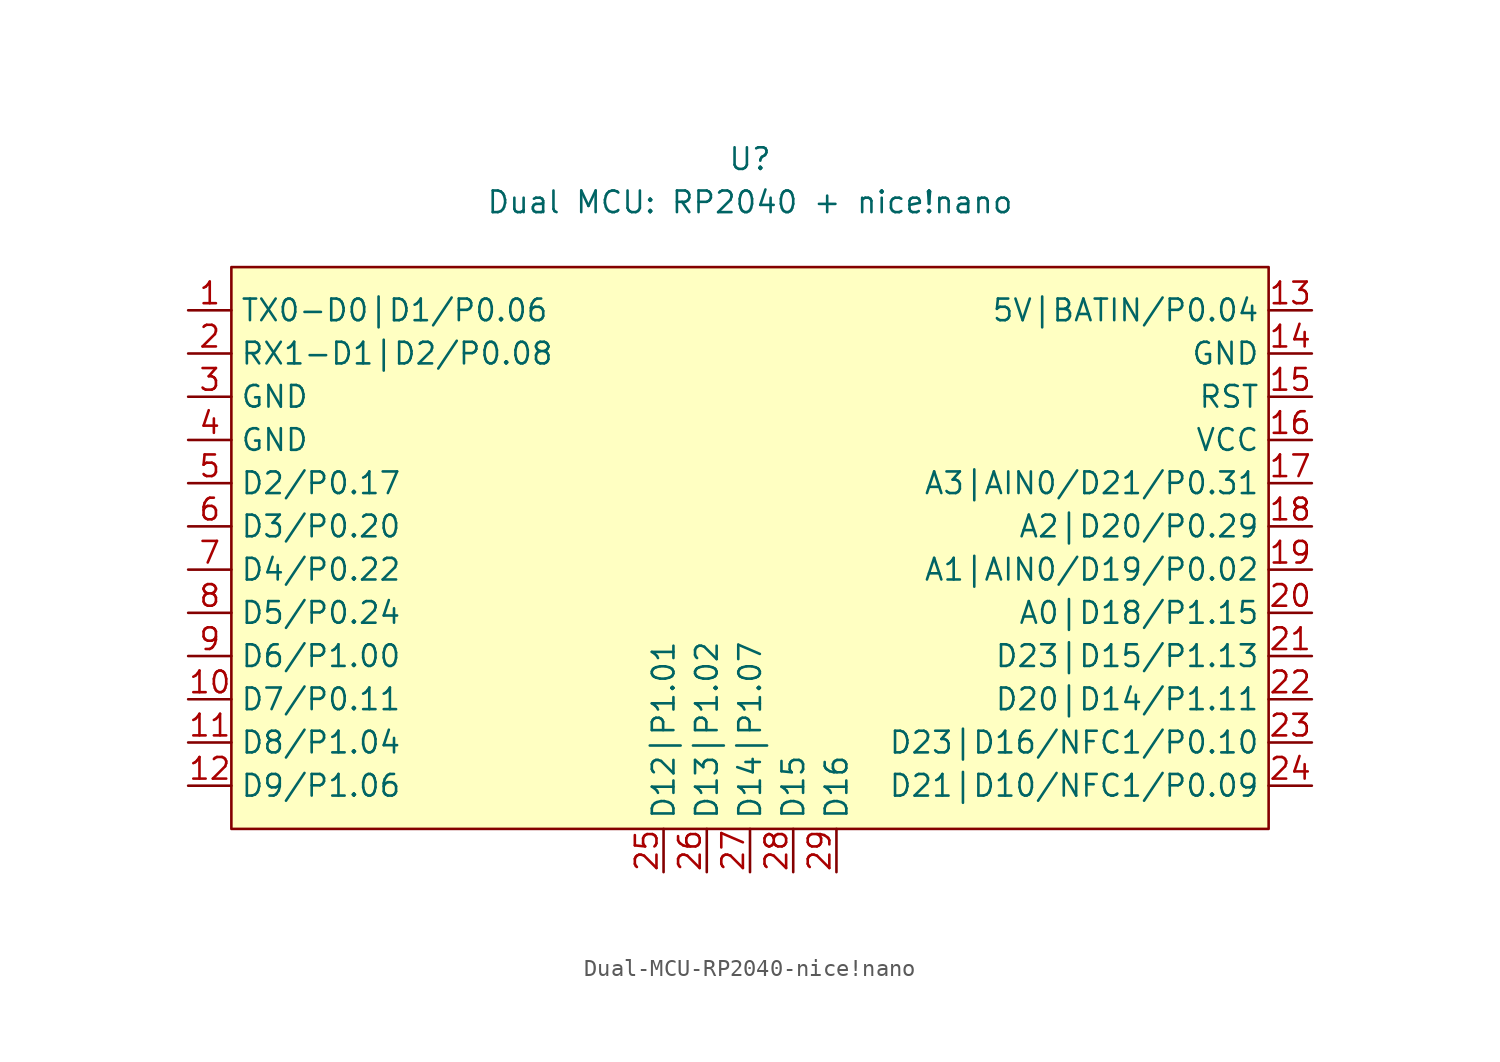
<source format=kicad_sym>
(kicad_symbol_lib
  (version 20231120)
  (generator "kicad_symbol_editor")
  (generator_version "8.0")
  (symbol "Dual-MCU-RP2040-nice!nano"
    (property "Reference" "U"
      (at 0 22.86 0)
      (effects (font (size 1.27 1.27))))
    (property "Value" "Dual MCU: RP2040 + nice!nano"
      (at 0 20.32 0)
      (effects (font (size 1.27 1.27))))
    (symbol "Dual-MCU-RP2040-nice!nano_0_0"
      (pin power_out line (at 33.02 11.43 180) (length 2.54) (name "GND" (effects (font (size 1.27 1.27)))) (number "14" (effects (font (size 1.27 1.27)))))
      (pin bidirectional line (at 33.02 8.89 180) (length 2.54) (name "RST" (effects (font (size 1.27 1.27)))) (number "15" (effects (font (size 1.27 1.27)))))
      (pin power_out line (at -33.02 8.89 0) (length 2.54) (name "GND" (effects (font (size 1.27 1.27)))) (number "3" (effects (font (size 1.27 1.27)))))
      (pin power_out line (at -33.02 6.35 0) (length 2.54) (name "GND" (effects (font (size 1.27 1.27)))) (number "4" (effects (font (size 1.27 1.27))))))
    (symbol "Dual-MCU-RP2040-nice!nano_1_0"
      (pin bidirectional line (at -33.02 13.97 0) (length 2.54) (name "TX0-D0|D1/P0.06" (effects (font (size 1.27 1.27)))) (number "1" (effects (font (size 1.27 1.27)))))
      (pin bidirectional line (at -33.02 -8.89 0) (length 2.54) (name "D7/P0.11" (effects (font (size 1.27 1.27)))) (number "10" (effects (font (size 1.27 1.27)))))
      (pin bidirectional line (at -33.02 -11.43 0) (length 2.54) (name "D8/P1.04" (effects (font (size 1.27 1.27)))) (number "11" (effects (font (size 1.27 1.27)))))
      (pin bidirectional line (at -33.02 -13.97 0) (length 2.54) (name "D9/P1.06" (effects (font (size 1.27 1.27)))) (number "12" (effects (font (size 1.27 1.27)))))
      (pin bidirectional line (at 33.02 13.97 180) (length 2.54) (name "5V|BATIN/P0.04" (effects (font (size 1.27 1.27)))) (number "13" (effects (font (size 1.27 1.27)))))
      (pin power_out line (at 33.02 6.35 180) (length 2.54) (name "VCC" (effects (font (size 1.27 1.27)))) (number "16" (effects (font (size 1.27 1.27)))))
      (pin bidirectional line (at 33.02 3.81 180) (length 2.54) (name "A3|AIN0/D21/P0.31" (effects (font (size 1.27 1.27)))) (number "17" (effects (font (size 1.27 1.27)))))
      (pin bidirectional line (at 33.02 1.27 180) (length 2.54) (name "A2|D20/P0.29" (effects (font (size 1.27 1.27)))) (number "18" (effects (font (size 1.27 1.27)))))
      (pin bidirectional line (at 33.02 -1.27 180) (length 2.54) (name "A1|AIN0/D19/P0.02" (effects (font (size 1.27 1.27)))) (number "19" (effects (font (size 1.27 1.27)))))
      (pin bidirectional line (at -33.02 11.43 0) (length 2.54) (name "RX1-D1|D2/P0.08" (effects (font (size 1.27 1.27)))) (number "2" (effects (font (size 1.27 1.27)))))
      (pin bidirectional line (at 33.02 -3.81 180) (length 2.54) (name "A0|D18/P1.15" (effects (font (size 1.27 1.27)))) (number "20" (effects (font (size 1.27 1.27)))))
      (pin bidirectional line (at 33.02 -6.35 180) (length 2.54) (name "D23|D15/P1.13" (effects (font (size 1.27 1.27)))) (number "21" (effects (font (size 1.27 1.27)))))
      (pin bidirectional line (at 33.02 -8.89 180) (length 2.54) (name "D20|D14/P1.11" (effects (font (size 1.27 1.27)))) (number "22" (effects (font (size 1.27 1.27)))))
      (pin bidirectional line (at 33.02 -11.43 180) (length 2.54) (name "D23|D16/NFC1/P0.10" (effects (font (size 1.27 1.27)))) (number "23" (effects (font (size 1.27 1.27)))))
      (pin bidirectional line (at 33.02 -13.97 180) (length 2.54) (name "D21|D10/NFC1/P0.09" (effects (font (size 1.27 1.27)))) (number "24" (effects (font (size 1.27 1.27)))))
      (pin bidirectional line (at -5.08 -19.05 90) (length 2.54) (name "D12|P1.01" (effects (font (size 1.27 1.27)))) (number "25" (effects (font (size 1.27 1.27)))))
      (pin bidirectional line (at -2.54 -19.05 90) (length 2.54) (name "D13|P1.02" (effects (font (size 1.27 1.27)))) (number "26" (effects (font (size 1.27 1.27)))))
      (pin bidirectional line (at 0 -19.05 90) (length 2.54) (name "D14|P1.07" (effects (font (size 1.27 1.27)))) (number "27" (effects (font (size 1.27 1.27)))))
      (pin bidirectional line (at 2.54 -19.05 90) (length 2.54) (name "D15" (effects (font (size 1.27 1.27)))) (number "28" (effects (font (size 1.27 1.27)))))
      (pin bidirectional line (at 5.08 -19.05 90) (length 2.54) (name "D16" (effects (font (size 1.27 1.27)))) (number "29" (effects (font (size 1.27 1.27)))))
      (pin bidirectional line (at -33.02 3.81 0) (length 2.54) (name "D2/P0.17" (effects (font (size 1.27 1.27)))) (number "5" (effects (font (size 1.27 1.27)))))
      (pin bidirectional line (at -33.02 1.27 0) (length 2.54) (name "D3/P0.20" (effects (font (size 1.27 1.27)))) (number "6" (effects (font (size 1.27 1.27)))))
      (pin bidirectional line (at -33.02 -1.27 0) (length 2.54) (name "D4/P0.22" (effects (font (size 1.27 1.27)))) (number "7" (effects (font (size 1.27 1.27)))))
      (pin bidirectional line (at -33.02 -3.81 0) (length 2.54) (name "D5/P0.24" (effects (font (size 1.27 1.27)))) (number "8" (effects (font (size 1.27 1.27)))))
      (pin bidirectional line (at -33.02 -6.35 0) (length 2.54) (name "D6/P1.00" (effects (font (size 1.27 1.27)))) (number "9" (effects (font (size 1.27 1.27))))))
    (symbol "Dual-MCU-RP2040-nice!nano_1_1"
      (rectangle (start -30.48 16.51) (end 30.48 -16.51) (stroke (width 0) (type default)) (fill (type background))))))
</source>
